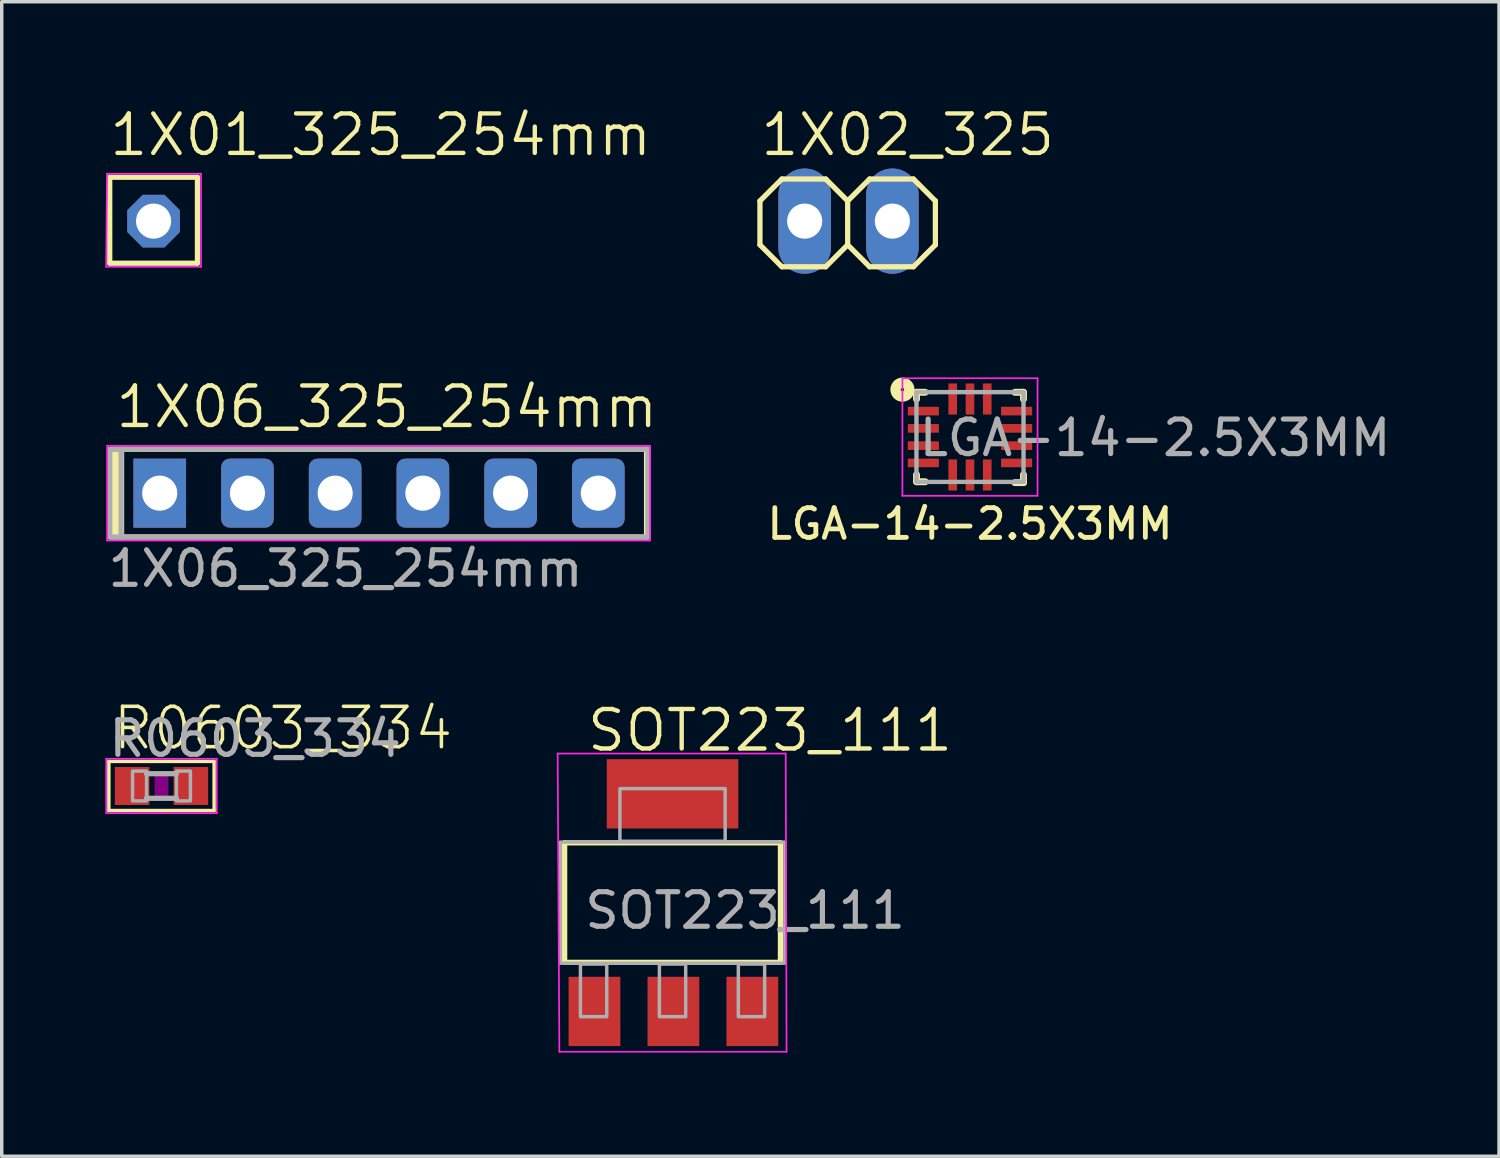
<source format=kicad_pcb>
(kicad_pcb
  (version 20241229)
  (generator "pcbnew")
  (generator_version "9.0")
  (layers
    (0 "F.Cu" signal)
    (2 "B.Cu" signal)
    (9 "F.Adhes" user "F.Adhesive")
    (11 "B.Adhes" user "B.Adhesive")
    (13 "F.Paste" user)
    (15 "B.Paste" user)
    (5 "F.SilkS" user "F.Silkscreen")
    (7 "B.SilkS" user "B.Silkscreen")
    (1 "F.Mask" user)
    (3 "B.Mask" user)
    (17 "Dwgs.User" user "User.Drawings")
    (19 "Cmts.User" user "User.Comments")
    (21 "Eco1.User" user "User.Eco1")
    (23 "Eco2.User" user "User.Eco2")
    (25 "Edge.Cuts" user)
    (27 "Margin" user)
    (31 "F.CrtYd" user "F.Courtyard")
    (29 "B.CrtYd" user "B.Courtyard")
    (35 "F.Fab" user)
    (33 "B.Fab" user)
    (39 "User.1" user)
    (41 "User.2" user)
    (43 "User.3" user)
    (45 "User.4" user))
  (footprint "1X01_325_254mm"
    (layer "F.Cu")
    (at 1.397 3.353)
    (property "Reference" "1X01_325_254mm" (at -1.346 -1.829 0) (unlocked yes) (layer "F.SilkS") (effects (font (size 1.143 1.143) (thickness 0.127)) (justify left bottom)))
    (fp_line (start -1.27 -1.27) (end -1.27 1.219) (stroke (width 0.152) (type solid)) (layer "F.SilkS"))
    (fp_line (start -1.27 -1.27) (end 1.27 -1.27) (stroke (width 0.152) (type solid)) (layer "F.SilkS"))
    (fp_line (start 1.27 -1.27) (end 1.27 1.219) (stroke (width 0.152) (type solid)) (layer "F.SilkS"))
    (fp_line (start 1.27 1.219) (end -1.27 1.219) (stroke (width 0.152) (type solid)) (layer "F.SilkS"))
    (fp_line (start -1.372 1.321) (end -1.348 -1.372) (stroke (width 0.05) (type default)) (layer "F.CrtYd"))
    (fp_line (start -1.348 -1.372) (end 1.372 -1.372) (stroke (width 0.05) (type default)) (layer "F.CrtYd"))
    (fp_line (start 1.372 -1.372) (end 1.372 1.321) (stroke (width 0.05) (type default)) (layer "F.CrtYd"))
    (fp_line (start 1.372 1.321) (end -1.372 1.321) (stroke (width 0.05) (type default)) (layer "F.CrtYd"))
    (fp_poly (pts (xy -0.254 0.254) (xy 0.254 0.254) (xy 0.254 -0.254) (xy -0.254 -0.254)) (stroke (width 0.1) (type default)) (fill no) (layer "F.Fab"))
    (pad "1" thru_hole roundrect (at 0 0) (size 1.524 1.524) (drill 1.016) (layers "*.Cu" "*.Mask") (roundrect_rratio 0.25) (chamfer_ratio 0.293) (chamfer top_left top_right bottom_left bottom_right)))
  (footprint "1X02_325"
    (layer "F.Cu")
    (at 21.52 3.353)
    (property "Reference" "1X02_325" (at -2.616 -1.829 0) (unlocked yes) (layer "F.SilkS") (effects (font (size 1.143 1.143) (thickness 0.127)) (justify left bottom)))
    (fp_line (start -2.565 -0.584) (end -2.565 0.686) (stroke (width 0.152) (type solid)) (layer "F.SilkS"))
    (fp_line (start -2.565 0.686) (end -1.93 1.321) (stroke (width 0.152) (type solid)) (layer "F.SilkS"))
    (fp_line (start -1.93 -1.219) (end -2.565 -0.584) (stroke (width 0.152) (type solid)) (layer "F.SilkS"))
    (fp_line (start -1.93 -1.219) (end -0.66 -1.219) (stroke (width 0.152) (type solid)) (layer "F.SilkS"))
    (fp_line (start -0.66 -1.219) (end -0.025 -0.584) (stroke (width 0.152) (type solid)) (layer "F.SilkS"))
    (fp_line (start -0.66 1.321) (end -1.93 1.321) (stroke (width 0.152) (type solid)) (layer "F.SilkS"))
    (fp_line (start -0.025 -0.584) (end -0.025 0.686) (stroke (width 0.152) (type solid)) (layer "F.SilkS"))
    (fp_line (start -0.025 -0.584) (end 0.61 -1.219) (stroke (width 0.152) (type solid)) (layer "F.SilkS"))
    (fp_line (start -0.025 0.686) (end -0.66 1.321) (stroke (width 0.152) (type solid)) (layer "F.SilkS"))
    (fp_line (start 0.61 -1.219) (end 1.88 -1.219) (stroke (width 0.152) (type solid)) (layer "F.SilkS"))
    (fp_line (start 0.61 1.321) (end -0.025 0.686) (stroke (width 0.152) (type solid)) (layer "F.SilkS"))
    (fp_line (start 1.88 -1.219) (end 2.515 -0.584) (stroke (width 0.152) (type solid)) (layer "F.SilkS"))
    (fp_line (start 1.88 1.321) (end 0.61 1.321) (stroke (width 0.152) (type solid)) (layer "F.SilkS"))
    (fp_line (start 2.515 -0.584) (end 2.515 0.686) (stroke (width 0.152) (type solid)) (layer "F.SilkS"))
    (fp_line (start 2.515 0.686) (end 1.88 1.321) (stroke (width 0.152) (type solid)) (layer "F.SilkS"))
    (fp_poly (pts (xy -1.549 0.305) (xy -1.041 0.305) (xy -1.041 -0.203) (xy -1.549 -0.203)) (stroke (width 0.1) (type default)) (fill no) (layer "F.Fab"))
    (fp_poly (pts (xy -1.524 0.254) (xy -1.016 0.254) (xy -1.016 -0.254) (xy -1.524 -0.254)) (stroke (width 0.1) (type default)) (fill no) (layer "F.Fab"))
    (fp_poly (pts (xy 0.991 0.305) (xy 1.499 0.305) (xy 1.499 -0.203) (xy 0.991 -0.203)) (stroke (width 0.1) (type default)) (fill no) (layer "F.Fab"))
    (fp_poly (pts (xy 1.016 0.254) (xy 1.524 0.254) (xy 1.524 -0.254) (xy 1.016 -0.254)) (stroke (width 0.1) (type default)) (fill no) (layer "F.Fab"))
    (pad "1" thru_hole oval (at -1.27 0 90) (size 3.048 1.524) (drill 1.016) (layers "*.Cu" "*.Mask"))
    (pad "2" thru_hole oval (at 1.27 0 90) (size 3.048 1.524) (drill 1.016) (layers "*.Cu" "*.Mask")))
  (footprint "1X06_325_254mm"
    (layer "F.Cu")
    (at 7.925 11.23)
    (property "Reference" "1X06_325_254mm" (at -7.696 -1.829 0) (unlocked yes) (layer "F.SilkS") (effects (font (size 1.143 1.143) (thickness 0.127)) (justify left bottom)))
    (fp_line (start -7.455 -1.27) (end 7.747 -1.27) (stroke (width 0.152) (type solid)) (layer "F.SilkS"))
    (fp_line (start 7.747 -1.27) (end 7.747 1.27) (stroke (width 0.152) (type solid)) (layer "F.SilkS"))
    (fp_line (start 7.747 1.27) (end -7.455 1.27) (stroke (width 0.152) (type solid)) (layer "F.SilkS"))
    (fp_rect (start -7.785 -1.27) (end -7.455 1.27) (stroke (width 0.152) (type solid)) (fill yes) (layer "F.SilkS"))
    (fp_line (start -7.874 -1.372) (end 7.849 -1.372) (stroke (width 0.05) (type default)) (layer "F.CrtYd"))
    (fp_line (start -7.874 1.372) (end -7.874 -1.372) (stroke (width 0.05) (type default)) (layer "F.CrtYd"))
    (fp_line (start 7.849 -1.372) (end 7.849 1.372) (stroke (width 0.05) (type default)) (layer "F.CrtYd"))
    (fp_line (start 7.849 1.372) (end -7.874 1.372) (stroke (width 0.05) (type default)) (layer "F.CrtYd"))
    (fp_line (start -7.417 -1.27) (end 7.785 -1.27) (stroke (width 0.152) (type solid)) (layer "F.Fab"))
    (fp_line (start 7.785 -1.27) (end 7.785 1.27) (stroke (width 0.152) (type solid)) (layer "F.Fab"))
    (fp_line (start 7.785 1.27) (end -7.417 1.27) (stroke (width 0.152) (type solid)) (layer "F.Fab"))
    (fp_rect (start -7.798 -1.27) (end -7.468 1.27) (stroke (width 0.152) (type solid)) (fill no) (layer "F.Fab"))
    (fp_poly (pts (xy -6.604 0.254) (xy -6.096 0.254) (xy -6.096 -0.254) (xy -6.604 -0.254)) (stroke (width 0.1) (type default)) (fill no) (layer "F.Fab"))
    (fp_text user "${REFERENCE}" (at -7.925 2.769 0) (unlocked yes) (layer "F.Fab") (effects (font (size 1 1) (thickness 0.15)) (justify left bottom)))
    (pad "1" thru_hole rect (at -6.35 0 90) (size 2 1.524) (drill 1.016) (layers "*.Cu" "*.Mask"))
    (pad "2" thru_hole roundrect (at -3.81 0 90) (size 2 1.524) (drill 1.016) (layers "*.Cu" "*.Mask") (roundrect_rratio 0.164))
    (pad "3" thru_hole roundrect (at -1.27 0 90) (size 2 1.524) (drill 1.016) (layers "*.Cu" "*.Mask") (roundrect_rratio 0.164))
    (pad "4" thru_hole roundrect (at 1.27 0 90) (size 2 1.524) (drill 1.016) (layers "*.Cu" "*.Mask") (roundrect_rratio 0.164))
    (pad "5" thru_hole roundrect (at 3.81 0 90) (size 2 1.524) (drill 1.016) (layers "*.Cu" "*.Mask") (roundrect_rratio 0.164))
    (pad "6" thru_hole roundrect (at 6.35 0 90) (size 2 1.524) (drill 1.016) (layers "*.Cu" "*.Mask") (roundrect_rratio 0.164)))
  (footprint "R0603_334"
    (layer "F.Cu")
    (at 1.626 19.709)
    (property "Reference" "R0603_334" (at -1.473 -0.991 0) (unlocked yes) (layer "F.SilkS") (effects (font (size 1.168 1.168) (thickness 0.102)) (justify left bottom)))
    (fp_line (start -1.524 -0.711) (end 1.524 -0.711) (stroke (width 0.1) (type default)) (layer "F.SilkS"))
    (fp_line (start -1.524 0.711) (end -1.524 -0.711) (stroke (width 0.1) (type default)) (layer "F.SilkS"))
    (fp_line (start 1.524 -0.711) (end 1.524 0.712) (stroke (width 0.1) (type default)) (layer "F.SilkS"))
    (fp_line (start 1.524 0.711) (end -1.524 0.711) (stroke (width 0.1) (type default)) (layer "F.SilkS"))
    (fp_poly (pts (xy -0.2 0.4) (xy 0.2 0.4) (xy 0.2 -0.4) (xy -0.2 -0.4)) (stroke (width 0) (type default)) (fill yes) (layer "F.Adhes"))
    (fp_line (start -1.6 -0.787) (end 1.6 -0.787) (stroke (width 0.051) (type solid)) (layer "F.CrtYd"))
    (fp_line (start -1.6 0.787) (end -1.6 -0.787) (stroke (width 0.051) (type solid)) (layer "F.CrtYd"))
    (fp_line (start 1.6 -0.787) (end 1.6 0.787) (stroke (width 0.051) (type solid)) (layer "F.CrtYd"))
    (fp_line (start 1.6 0.787) (end -1.6 0.787) (stroke (width 0.051) (type solid)) (layer "F.CrtYd"))
    (fp_line (start -0.432 0.356) (end 0.432 0.356) (stroke (width 0.152) (type solid)) (layer "F.Fab"))
    (fp_line (start 0.432 -0.356) (end -0.432 -0.356) (stroke (width 0.152) (type solid)) (layer "F.Fab"))
    (fp_poly (pts (xy -0.838 0.432) (xy -0.432 0.432) (xy -0.432 -0.432) (xy -0.838 -0.432)) (stroke (width 0.1) (type default)) (fill no) (layer "F.Fab"))
    (fp_poly (pts (xy 0.432 0.432) (xy 0.838 0.432) (xy 0.838 -0.432) (xy 0.432 -0.432)) (stroke (width 0.1) (type default)) (fill no) (layer "F.Fab"))
    (fp_text user "${REFERENCE}" (at -1.6 -0.787 0) (unlocked yes) (layer "F.Fab") (effects (font (size 1 1) (thickness 0.15)) (justify left bottom)))
    (pad "1" smd rect (at -0.85 0) (size 1 1.1) (layers "F.Cu" "F.Mask" "F.Paste"))
    (pad "2" smd rect (at 0.85 0) (size 1 1.1) (layers "F.Cu" "F.Mask" "F.Paste")))
  (footprint "SOT223_111"
    (layer "F.Cu")
    (at 16.424 23.087)
    (property "Reference" "SOT223_111" (at -2.54 -4.318 0) (unlocked yes) (layer "F.SilkS") (effects (font (size 1.143 1.143) (thickness 0.127)) (justify left bottom)))
    (fp_line (start -3.124 -1.731) (end -3.124 1.729) (stroke (width 0.152) (type solid)) (layer "F.SilkS"))
    (fp_line (start -3.124 -1.731) (end 3.124 -1.731) (stroke (width 0.152) (type solid)) (layer "F.SilkS"))
    (fp_line (start 3.124 1.729) (end -3.124 1.729) (stroke (width 0.152) (type solid)) (layer "F.SilkS"))
    (fp_line (start 3.124 1.729) (end 3.124 -1.731) (stroke (width 0.152) (type solid)) (layer "F.SilkS"))
    (fp_line (start -3.327 -4.318) (end 3.277 -4.318) (stroke (width 0.05) (type default)) (layer "F.CrtYd"))
    (fp_line (start -3.277 4.318) (end -3.327 -4.318) (stroke (width 0.05) (type default)) (layer "F.CrtYd"))
    (fp_line (start 3.277 -4.318) (end 3.302 4.318) (stroke (width 0.05) (type default)) (layer "F.CrtYd"))
    (fp_line (start 3.302 4.318) (end -3.277 4.318) (stroke (width 0.05) (type default)) (layer "F.CrtYd"))
    (fp_rect (start -3.251 -1.753) (end 3.251 1.753) (stroke (width 0.1) (type default)) (fill no) (layer "F.Fab"))
    (fp_poly (pts (xy -2.667 3.302) (xy -1.905 3.302) (xy -1.905 1.778) (xy -2.667 1.778)) (stroke (width 0.1) (type default)) (fill no) (layer "F.Fab"))
    (fp_poly (pts (xy -1.524 -1.778) (xy 1.524 -1.778) (xy 1.524 -3.302) (xy -1.524 -3.302)) (stroke (width 0.1) (type default)) (fill no) (layer "F.Fab"))
    (fp_poly (pts (xy -0.381 3.302) (xy 0.381 3.302) (xy 0.381 1.778) (xy -0.381 1.778)) (stroke (width 0.1) (type default)) (fill no) (layer "F.Fab"))
    (fp_poly (pts (xy 1.905 3.302) (xy 2.667 3.302) (xy 2.667 1.778) (xy 1.905 1.778)) (stroke (width 0.1) (type default)) (fill no) (layer "F.Fab"))
    (fp_text user "${REFERENCE}" (at -2.616 0.813 0) (unlocked yes) (layer "F.Fab") (effects (font (size 1 1) (thickness 0.15)) (justify left bottom)))
    (pad "1" smd rect (at -2.261 3.15) (size 1.499 2.007) (layers "F.Cu" "F.Mask" "F.Paste"))
    (pad "2" smd rect (at 0.025 3.15) (size 1.499 2.007) (layers "F.Cu" "F.Mask" "F.Paste"))
    (pad "3" smd rect (at 2.311 3.15) (size 1.499 2.007) (layers "F.Cu" "F.Mask" "F.Paste"))
    (pad "4" smd rect (at 0 -3.15) (size 3.81 2.007) (layers "F.Cu" "F.Mask" "F.Paste")))
  (footprint "LGA-14-2.5X3MM"
    (layer "F.Cu")
    (at 25.037 9.604)
    (property "Reference" "LGA-14-2.5X3MM" (at 0 2.515 0) (unlocked yes) (layer "F.SilkS") (effects (font (size 0.86 0.86) (thickness 0.14))))
    (fp_line (start -1.549 -1.096) (end -1.547 -1.295) (stroke (width 0.2) (type solid)) (layer "F.SilkS"))
    (fp_line (start -1.549 1.092) (end -1.547 1.295) (stroke (width 0.2) (type solid)) (layer "F.SilkS"))
    (fp_line (start -1.547 -1.295) (end -1.297 -1.295) (stroke (width 0.2) (type solid)) (layer "F.SilkS"))
    (fp_line (start -1.297 1.295) (end -1.547 1.295) (stroke (width 0.2) (type solid)) (layer "F.SilkS"))
    (fp_line (start 1.299 -1.295) (end 1.549 -1.295) (stroke (width 0.2) (type solid)) (layer "F.SilkS"))
    (fp_line (start 1.549 -1.295) (end 1.549 -1.096) (stroke (width 0.2) (type solid)) (layer "F.SilkS"))
    (fp_line (start 1.549 1.092) (end 1.549 1.321) (stroke (width 0.2) (type solid)) (layer "F.SilkS"))
    (fp_line (start 1.549 1.321) (end 1.299 1.321) (stroke (width 0.2) (type solid)) (layer "F.SilkS"))
    (fp_circle (center -1.956 -1.372) (end -1.906 -1.372) (stroke (width 0.3) (type solid)) (fill no) (layer "F.SilkS"))
    (fp_line (start -1.956 -1.702) (end 1.956 -1.702) (stroke (width 0.05) (type default)) (layer "F.CrtYd"))
    (fp_line (start -1.956 1.702) (end -1.956 -1.702) (stroke (width 0.05) (type default)) (layer "F.CrtYd"))
    (fp_line (start 1.956 -1.702) (end 1.956 1.702) (stroke (width 0.05) (type default)) (layer "F.CrtYd"))
    (fp_line (start 1.956 1.702) (end -1.956 1.702) (stroke (width 0.05) (type default)) (layer "F.CrtYd"))
    (fp_line (start -1.55 -1.3) (end 1.55 -1.3) (stroke (width 0.127) (type solid)) (layer "F.Fab"))
    (fp_line (start -1.55 1.3) (end -1.55 -1.3) (stroke (width 0.127) (type solid)) (layer "F.Fab"))
    (fp_line (start 1.55 -1.3) (end 1.55 1.3) (stroke (width 0.127) (type solid)) (layer "F.Fab"))
    (fp_line (start 1.55 1.3) (end -1.55 1.3) (stroke (width 0.127) (type solid)) (layer "F.Fab"))
    (fp_text user "${REFERENCE}" (at -1.549 0.61 0) (unlocked yes) (layer "F.Fab") (effects (font (size 1 1) (thickness 0.15)) (justify left bottom)))
    (pad "1" smd rect (at -1.35 -0.75) (size 0.9 0.25) (layers "F.Cu" "F.Mask" "F.Paste"))
    (pad "2" smd rect (at -1.35 -0.25) (size 0.9 0.25) (layers "F.Cu" "F.Mask" "F.Paste"))
    (pad "3" smd rect (at -1.35 0.25) (size 0.9 0.25) (layers "F.Cu" "F.Mask" "F.Paste"))
    (pad "4" smd rect (at -1.35 0.75) (size 0.9 0.25) (layers "F.Cu" "F.Mask" "F.Paste"))
    (pad "5" smd rect (at -0.5 1.1 90) (size 0.9 0.25) (layers "F.Cu" "F.Mask" "F.Paste"))
    (pad "6" smd rect (at 0 1.1 90) (size 0.9 0.25) (layers "F.Cu" "F.Mask" "F.Paste"))
    (pad "7" smd rect (at 0.5 1.1 90) (size 0.9 0.25) (layers "F.Cu" "F.Mask" "F.Paste"))
    (pad "8" smd rect (at 1.35 0.75) (size 0.9 0.25) (layers "F.Cu" "F.Mask" "F.Paste"))
    (pad "9" smd rect (at 1.35 0.25) (size 0.9 0.25) (layers "F.Cu" "F.Mask" "F.Paste"))
    (pad "10" smd rect (at 1.35 -0.25) (size 0.9 0.25) (layers "F.Cu" "F.Mask" "F.Paste"))
    (pad "11" smd rect (at 1.35 -0.75) (size 0.9 0.25) (layers "F.Cu" "F.Mask" "F.Paste"))
    (pad "12" smd rect (at 0.5 -1.1 90) (size 0.9 0.25) (layers "F.Cu" "F.Mask" "F.Paste"))
    (pad "13" smd rect (at 0 -1.1 90) (size 0.9 0.25) (layers "F.Cu" "F.Mask" "F.Paste"))
    (pad "14" smd rect (at -0.5 -1.1 90) (size 0.9 0.25) (layers "F.Cu" "F.Mask" "F.Paste")))
  (gr_rect
    (start -3 -3)
    (end 40.356 30.43)
    (stroke (width 0.1) (type default))
    (fill no)
    (layer "Edge.Cuts")))
</source>
